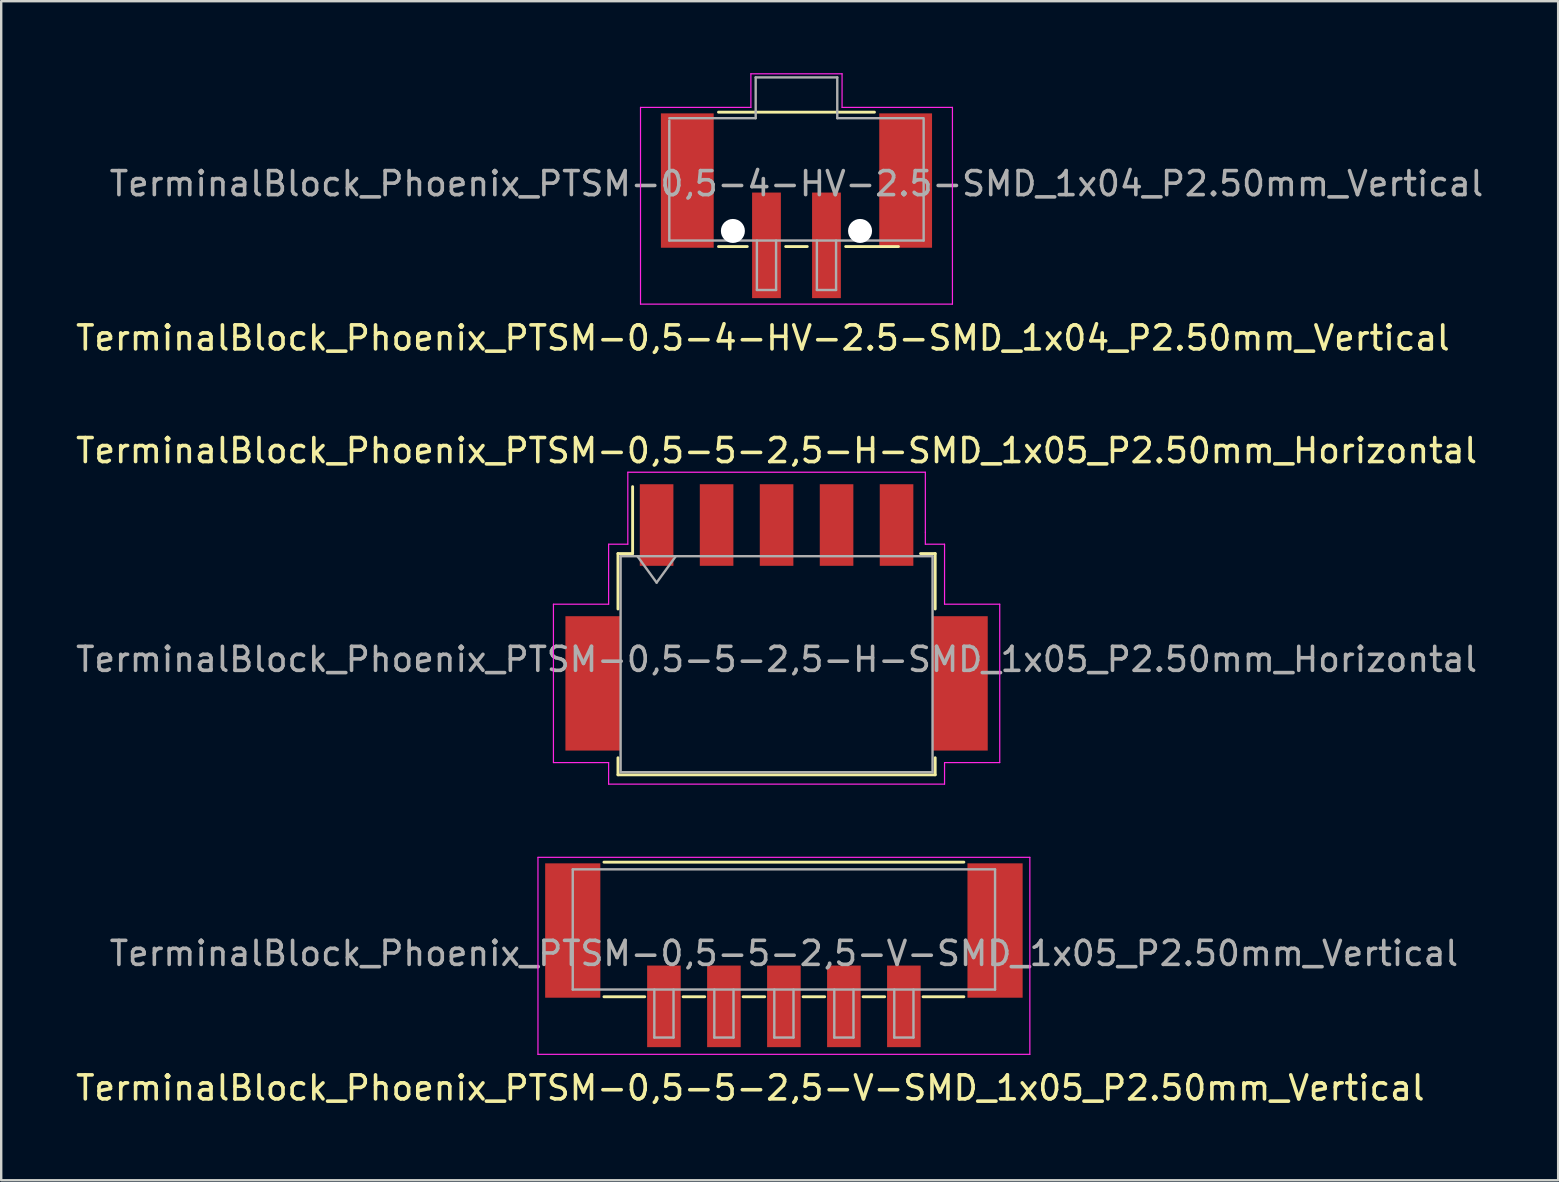
<source format=kicad_pcb>
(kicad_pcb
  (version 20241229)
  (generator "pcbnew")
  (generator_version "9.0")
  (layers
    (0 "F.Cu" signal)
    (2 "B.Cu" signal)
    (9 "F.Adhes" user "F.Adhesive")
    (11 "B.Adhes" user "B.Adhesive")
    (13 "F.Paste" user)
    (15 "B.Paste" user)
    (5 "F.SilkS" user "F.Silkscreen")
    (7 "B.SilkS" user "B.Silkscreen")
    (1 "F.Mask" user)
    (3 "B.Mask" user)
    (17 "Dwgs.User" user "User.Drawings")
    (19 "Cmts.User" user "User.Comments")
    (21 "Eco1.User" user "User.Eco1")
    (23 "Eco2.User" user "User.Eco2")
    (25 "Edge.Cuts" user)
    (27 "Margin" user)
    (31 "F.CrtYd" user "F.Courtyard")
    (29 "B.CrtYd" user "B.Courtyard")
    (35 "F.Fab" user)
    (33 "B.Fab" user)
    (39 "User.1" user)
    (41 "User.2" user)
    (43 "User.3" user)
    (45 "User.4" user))
  (footprint "TerminalBlock_Phoenix_PTSM-0,5-4-HV-2.5-SMD_1x04_P2.50mm_Vertical"
    (layer "F.Cu")
    (at 30.144 5.525)
    (property "Reference" "TerminalBlock_Phoenix_PTSM-0,5-4-HV-2.5-SMD_1x04_P2.50mm_Vertical" (at -1.4 5.51 0) (layer "F.SilkS") (effects (font (size 1 1) (thickness 0.15))))
    (attr smd)
    (fp_line (start -3.25 -3.9) (end 3.25 -3.9) (stroke (width 0.12) (type solid)) (layer "F.SilkS"))
    (fp_line (start -2.05 1.7) (end -3.25 1.7) (stroke (width 0.12) (type solid)) (layer "F.SilkS"))
    (fp_line (start 0.45 1.7) (end -0.45 1.7) (stroke (width 0.12) (type solid)) (layer "F.SilkS"))
    (fp_line (start 4.25 1.7) (end 2.05 1.7) (stroke (width 0.12) (type solid)) (layer "F.SilkS"))
    (fp_line (start -6.5 -4.1) (end -1.9 -4.1) (stroke (width 0.05) (type solid)) (layer "F.CrtYd"))
    (fp_line (start -6.5 4.1) (end -6.5 -4.1) (stroke (width 0.05) (type solid)) (layer "F.CrtYd"))
    (fp_line (start -1.9 -5.5) (end 1.9 -5.5) (stroke (width 0.05) (type solid)) (layer "F.CrtYd"))
    (fp_line (start -1.9 -4.1) (end -1.9 -5.5) (stroke (width 0.05) (type solid)) (layer "F.CrtYd"))
    (fp_line (start 1.9 -4.1) (end 1.9 -5.5) (stroke (width 0.05) (type solid)) (layer "F.CrtYd"))
    (fp_line (start 6.5 -4.1) (end 1.9 -4.1) (stroke (width 0.05) (type solid)) (layer "F.CrtYd"))
    (fp_line (start 6.5 -4.1) (end 6.5 4.1) (stroke (width 0.05) (type solid)) (layer "F.CrtYd"))
    (fp_line (start 6.5 4.1) (end -6.5 4.1) (stroke (width 0.05) (type solid)) (layer "F.CrtYd"))
    (fp_line (start -5.3 -3.65) (end -1.7 -3.65) (stroke (width 0.1) (type solid)) (layer "F.Fab"))
    (fp_line (start -5.3 1.45) (end -5.3 -3.55) (stroke (width 0.1) (type solid)) (layer "F.Fab"))
    (fp_line (start -1.7 -5.35) (end 1.7 -5.35) (stroke (width 0.1) (type solid)) (layer "F.Fab"))
    (fp_line (start -1.7 -3.65) (end -1.7 -5.35) (stroke (width 0.1) (type solid)) (layer "F.Fab"))
    (fp_line (start -1.65 1.45) (end -1.65 3.51) (stroke (width 0.1) (type solid)) (layer "F.Fab"))
    (fp_line (start -1.65 3.51) (end -0.85 3.51) (stroke (width 0.1) (type solid)) (layer "F.Fab"))
    (fp_line (start -0.85 1.45) (end -0.85 3.51) (stroke (width 0.1) (type solid)) (layer "F.Fab"))
    (fp_line (start 0.85 1.45) (end 0.85 3.51) (stroke (width 0.1) (type solid)) (layer "F.Fab"))
    (fp_line (start 0.85 3.51) (end 1.65 3.51) (stroke (width 0.1) (type solid)) (layer "F.Fab"))
    (fp_line (start 1.65 1.45) (end 1.65 3.51) (stroke (width 0.1) (type solid)) (layer "F.Fab"))
    (fp_line (start 1.7 -5.35) (end 1.7 -3.65) (stroke (width 0.1) (type solid)) (layer "F.Fab"))
    (fp_line (start 1.7 -3.65) (end 5.3 -3.65) (stroke (width 0.1) (type solid)) (layer "F.Fab"))
    (fp_line (start 5.3 1.45) (end -5.3 1.45) (stroke (width 0.1) (type solid)) (layer "F.Fab"))
    (fp_line (start 5.3 1.45) (end 5.3 -3.6) (stroke (width 0.1) (type solid)) (layer "F.Fab"))
    (fp_text user "${REFERENCE}" (at 0 -0.92 0) (layer "F.Fab") (effects (font (size 1 1) (thickness 0.15))))
    (pad "" smd rect (at -4.55 -1.05 180) (size 2.2 5.6) (layers "F.Cu" "F.Mask" "F.Paste"))
    (pad "" np_thru_hole circle (at -2.65 1.05) (size 1 1) (drill 1) (layers "*.Cu" "*.Mask"))
    (pad "" np_thru_hole circle (at 2.65 1.05) (size 1 1) (drill 1) (layers "*.Cu" "*.Mask"))
    (pad "" smd rect (at 4.55 -1.05 180) (size 2.2 5.6) (layers "F.Cu" "F.Mask" "F.Paste"))
    (pad "1" smd rect (at -1.25 1.65 180) (size 1.2 4.4) (layers "F.Cu" "F.Mask" "F.Paste"))
    (pad "2" smd rect (at 1.25 1.65 180) (size 1.2 4.4) (layers "F.Cu" "F.Mask" "F.Paste")))
  (footprint "TerminalBlock_Phoenix_PTSM-0,5-5-2,5-V-SMD_1x05_P2.50mm_Vertical"
    (layer "F.Cu")
    (at 29.62 36.761)
    (property "Reference" "TerminalBlock_Phoenix_PTSM-0,5-5-2,5-V-SMD_1x05_P2.50mm_Vertical" (at -1.4 5.53 0) (layer "F.SilkS") (effects (font (size 1 1) (thickness 0.15))))
    (attr smd)
    (fp_line (start -7.5 -3.88) (end 7.5 -3.88) (stroke (width 0.12) (type solid)) (layer "F.SilkS"))
    (fp_line (start -5.8 1.73) (end -7.5 1.73) (stroke (width 0.12) (type solid)) (layer "F.SilkS"))
    (fp_line (start -3.3 1.73) (end -4.2 1.73) (stroke (width 0.12) (type solid)) (layer "F.SilkS"))
    (fp_line (start -0.8 1.73) (end -1.7 1.73) (stroke (width 0.12) (type solid)) (layer "F.SilkS"))
    (fp_line (start 1.7 1.73) (end 0.8 1.73) (stroke (width 0.12) (type solid)) (layer "F.SilkS"))
    (fp_line (start 4.2 1.73) (end 3.3 1.73) (stroke (width 0.12) (type solid)) (layer "F.SilkS"))
    (fp_line (start 7.5 1.73) (end 5.8 1.73) (stroke (width 0.12) (type solid)) (layer "F.SilkS"))
    (fp_line (start -10.25 -4.08) (end 10.25 -4.08) (stroke (width 0.05) (type solid)) (layer "F.CrtYd"))
    (fp_line (start -10.25 4.13) (end -10.25 -4.08) (stroke (width 0.05) (type solid)) (layer "F.CrtYd"))
    (fp_line (start 10.25 -4.08) (end 10.25 4.13) (stroke (width 0.05) (type solid)) (layer "F.CrtYd"))
    (fp_line (start 10.25 4.13) (end -10.25 4.13) (stroke (width 0.05) (type solid)) (layer "F.CrtYd"))
    (fp_line (start -8.8 -3.58) (end 8.8 -3.58) (stroke (width 0.1) (type solid)) (layer "F.Fab"))
    (fp_line (start -8.8 1.43) (end -8.8 -3.58) (stroke (width 0.1) (type solid)) (layer "F.Fab"))
    (fp_line (start -5.4 1.43) (end -5.4 3.43) (stroke (width 0.1) (type solid)) (layer "F.Fab"))
    (fp_line (start -5.4 3.43) (end -4.6 3.43) (stroke (width 0.1) (type solid)) (layer "F.Fab"))
    (fp_line (start -4.6 1.43) (end -4.6 3.43) (stroke (width 0.1) (type solid)) (layer "F.Fab"))
    (fp_line (start -2.9 1.43) (end -2.9 3.43) (stroke (width 0.1) (type solid)) (layer "F.Fab"))
    (fp_line (start -2.9 3.43) (end -2.1 3.43) (stroke (width 0.1) (type solid)) (layer "F.Fab"))
    (fp_line (start -2.1 1.43) (end -2.1 3.43) (stroke (width 0.1) (type solid)) (layer "F.Fab"))
    (fp_line (start -0.4 1.43) (end -0.4 3.43) (stroke (width 0.1) (type solid)) (layer "F.Fab"))
    (fp_line (start -0.4 3.43) (end 0.4 3.43) (stroke (width 0.1) (type solid)) (layer "F.Fab"))
    (fp_line (start 0.4 1.43) (end 0.4 3.43) (stroke (width 0.1) (type solid)) (layer "F.Fab"))
    (fp_line (start 2.1 1.43) (end 2.1 3.43) (stroke (width 0.1) (type solid)) (layer "F.Fab"))
    (fp_line (start 2.1 3.43) (end 2.9 3.43) (stroke (width 0.1) (type solid)) (layer "F.Fab"))
    (fp_line (start 2.9 1.43) (end 2.9 3.43) (stroke (width 0.1) (type solid)) (layer "F.Fab"))
    (fp_line (start 4.6 1.43) (end 4.6 3.43) (stroke (width 0.1) (type solid)) (layer "F.Fab"))
    (fp_line (start 4.6 3.43) (end 5.4 3.43) (stroke (width 0.1) (type solid)) (layer "F.Fab"))
    (fp_line (start 5.4 1.43) (end 5.4 3.43) (stroke (width 0.1) (type solid)) (layer "F.Fab"))
    (fp_line (start 8.8 1.43) (end -8.8 1.43) (stroke (width 0.1) (type solid)) (layer "F.Fab"))
    (fp_line (start 8.8 1.43) (end 8.8 -3.58) (stroke (width 0.1) (type solid)) (layer "F.Fab"))
    (fp_text user "${REFERENCE}" (at 0 -0.075 0) (layer "F.Fab") (effects (font (size 1 1) (thickness 0.15))))
    (pad "1" smd rect (at -5 2.13 180) (size 1.4 3.4) (layers "F.Cu" "F.Mask" "F.Paste"))
    (pad "2" smd rect (at -2.5 2.13 180) (size 1.4 3.4) (layers "F.Cu" "F.Mask" "F.Paste"))
    (pad "3" smd rect (at 0 2.13 180) (size 1.4 3.4) (layers "F.Cu" "F.Mask" "F.Paste"))
    (pad "4" smd rect (at 2.5 2.13 180) (size 1.4 3.4) (layers "F.Cu" "F.Mask" "F.Paste"))
    (pad "5" smd rect (at 5 2.13 180) (size 1.4 3.4) (layers "F.Cu" "F.Mask" "F.Paste"))
    (pad "MP" smd rect (at -8.8 -1.03 180) (size 2.3 5.6) (layers "F.Cu" "F.Mask" "F.Paste"))
    (pad "MP" smd rect (at 8.8 -1.03 180) (size 2.3 5.6) (layers "F.Cu" "F.Mask" "F.Paste")))
  (footprint "TerminalBlock_Phoenix_PTSM-0,5-5-2,5-H-SMD_1x05_P2.50mm_Horizontal"
    (layer "F.Cu")
    (at 29.315 24.631)
    (property "Reference" "TerminalBlock_Phoenix_PTSM-0,5-5-2,5-H-SMD_1x05_P2.50mm_Horizontal" (at 0 -8.9 0) (layer "F.SilkS") (effects (font (size 1 1) (thickness 0.15))))
    (attr smd)
    (fp_line (start -6.61 -4.61) (end -6 -4.61) (stroke (width 0.12) (type solid)) (layer "F.SilkS"))
    (fp_line (start -6.61 -2.3) (end -6.61 -4.61) (stroke (width 0.12) (type solid)) (layer "F.SilkS"))
    (fp_line (start -6.61 4.61) (end -6.61 3.9) (stroke (width 0.12) (type solid)) (layer "F.SilkS"))
    (fp_line (start -6 -4.61) (end -6 -7.4) (stroke (width 0.12) (type solid)) (layer "F.SilkS"))
    (fp_line (start 6 -4.61) (end 6.61 -4.61) (stroke (width 0.12) (type solid)) (layer "F.SilkS"))
    (fp_line (start 6.61 -4.61) (end 6.61 -2.3) (stroke (width 0.12) (type solid)) (layer "F.SilkS"))
    (fp_line (start 6.61 3.9) (end 6.61 4.61) (stroke (width 0.12) (type solid)) (layer "F.SilkS"))
    (fp_line (start 6.61 4.61) (end -6.61 4.61) (stroke (width 0.12) (type solid)) (layer "F.SilkS"))
    (fp_line (start -9.3 4.1) (end -9.3 -2.5) (stroke (width 0.05) (type solid)) (layer "F.CrtYd"))
    (fp_line (start -7 -5) (end -7 -2.5) (stroke (width 0.05) (type solid)) (layer "F.CrtYd"))
    (fp_line (start -7 -2.5) (end -9.3 -2.5) (stroke (width 0.05) (type solid)) (layer "F.CrtYd"))
    (fp_line (start -7 4.1) (end -9.3 4.1) (stroke (width 0.05) (type solid)) (layer "F.CrtYd"))
    (fp_line (start -7 5) (end -7 4.1) (stroke (width 0.05) (type solid)) (layer "F.CrtYd"))
    (fp_line (start -6.2 -8) (end -6.2 -5) (stroke (width 0.05) (type solid)) (layer "F.CrtYd"))
    (fp_line (start -6.2 -8) (end 6.2 -8) (stroke (width 0.05) (type solid)) (layer "F.CrtYd"))
    (fp_line (start -6.2 -5) (end -7 -5) (stroke (width 0.05) (type solid)) (layer "F.CrtYd"))
    (fp_line (start 6.2 -8) (end 6.2 -5.5) (stroke (width 0.05) (type solid)) (layer "F.CrtYd"))
    (fp_line (start 6.2 -5.5) (end 6.2 -5) (stroke (width 0.05) (type solid)) (layer "F.CrtYd"))
    (fp_line (start 6.2 -5) (end 7 -5) (stroke (width 0.05) (type solid)) (layer "F.CrtYd"))
    (fp_line (start 7 -5) (end 7 -2.5) (stroke (width 0.05) (type solid)) (layer "F.CrtYd"))
    (fp_line (start 7 -2.5) (end 9.3 -2.5) (stroke (width 0.05) (type solid)) (layer "F.CrtYd"))
    (fp_line (start 7 4.1) (end 9.3 4.1) (stroke (width 0.05) (type solid)) (layer "F.CrtYd"))
    (fp_line (start 7 5) (end -7 5) (stroke (width 0.05) (type solid)) (layer "F.CrtYd"))
    (fp_line (start 7 5) (end 7 4.1) (stroke (width 0.05) (type solid)) (layer "F.CrtYd"))
    (fp_line (start 9.3 -2.5) (end 9.3 4.1) (stroke (width 0.05) (type solid)) (layer "F.CrtYd"))
    (fp_line (start -6.5 -4.5) (end 6.5 -4.5) (stroke (width 0.1) (type solid)) (layer "F.Fab"))
    (fp_line (start -6.5 4.5) (end -6.5 -4.5) (stroke (width 0.1) (type solid)) (layer "F.Fab"))
    (fp_line (start -5.8 -4.5) (end -5 -3.4) (stroke (width 0.1) (type solid)) (layer "F.Fab"))
    (fp_line (start -5 -3.4) (end -4.2 -4.5) (stroke (width 0.1) (type solid)) (layer "F.Fab"))
    (fp_line (start 6.5 -4.5) (end 6.5 4.5) (stroke (width 0.1) (type solid)) (layer "F.Fab"))
    (fp_line (start 6.5 4.5) (end -6.5 4.5) (stroke (width 0.1) (type solid)) (layer "F.Fab"))
    (fp_text user "${REFERENCE}" (at 0 -0.2 0) (layer "F.Fab") (effects (font (size 1 1) (thickness 0.15))))
    (pad "" smd rect (at -7.65 0.8) (size 2.3 5.6) (layers "F.Cu" "F.Mask" "F.Paste"))
    (pad "" smd rect (at 7.65 0.8) (size 2.3 5.6) (layers "F.Cu" "F.Mask" "F.Paste"))
    (pad "1" smd rect (at -5 -5.8) (size 1.4 3.4) (layers "F.Cu" "F.Mask" "F.Paste"))
    (pad "2" smd rect (at -2.5 -5.8) (size 1.4 3.4) (layers "F.Cu" "F.Mask" "F.Paste"))
    (pad "3" smd rect (at 0 -5.8) (size 1.4 3.4) (layers "F.Cu" "F.Mask" "F.Paste"))
    (pad "4" smd rect (at 2.5 -5.8) (size 1.4 3.4) (layers "F.Cu" "F.Mask" "F.Paste"))
    (pad "5" smd rect (at 5 -5.8) (size 1.4 3.4) (layers "F.Cu" "F.Mask" "F.Paste")))
  (gr_rect
    (start -3 -3)
    (end 61.888 46.14)
    (stroke (width 0.1) (type default))
    (fill no)
    (layer "Edge.Cuts")))
</source>
